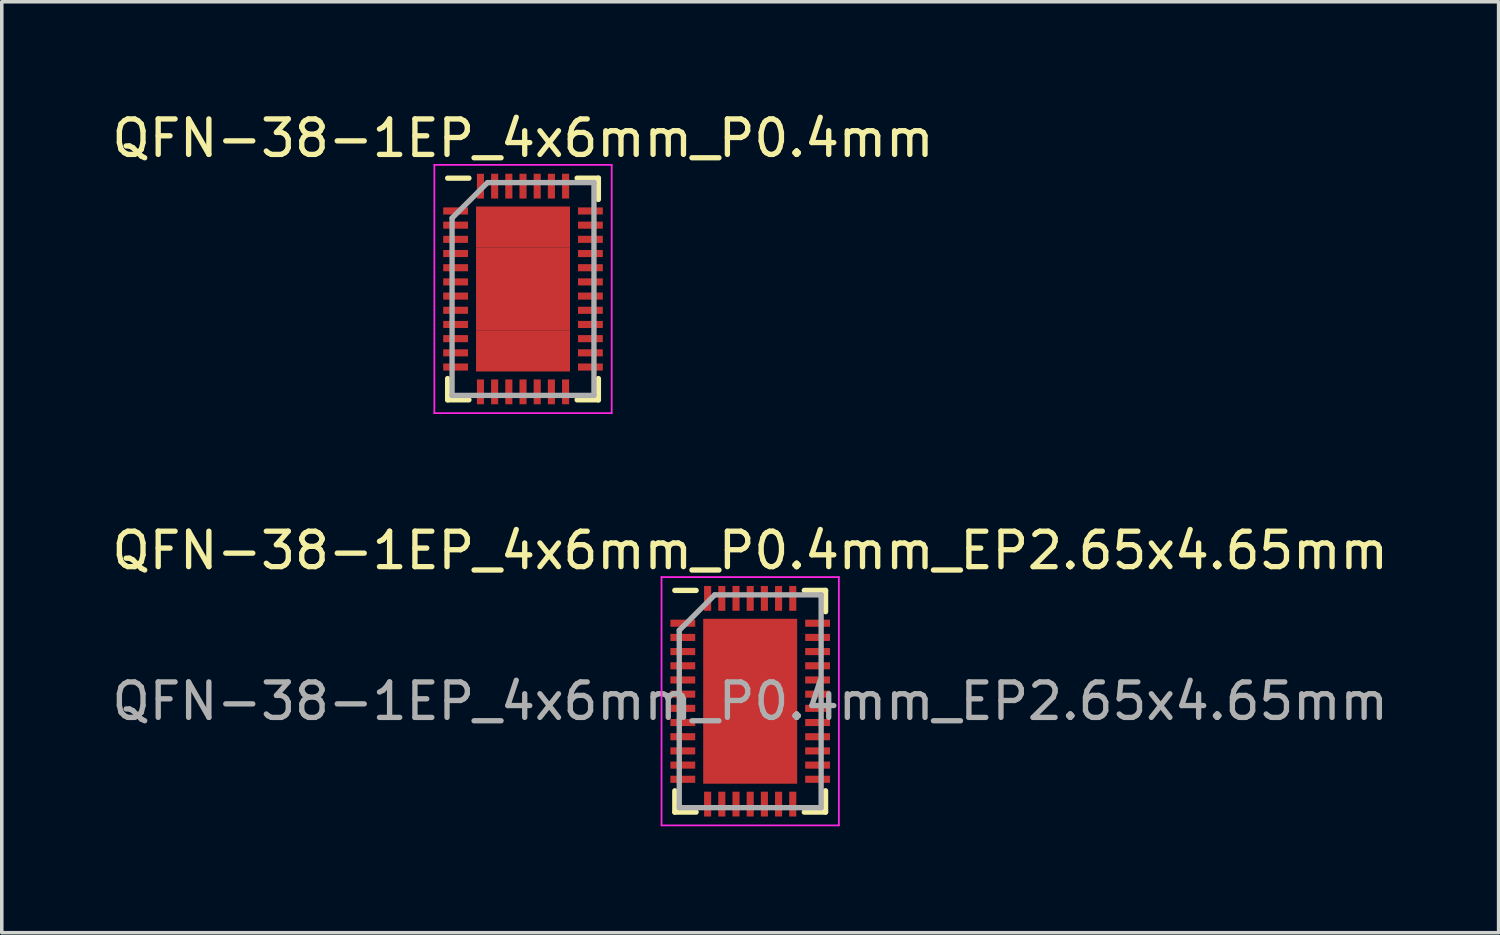
<source format=kicad_pcb>
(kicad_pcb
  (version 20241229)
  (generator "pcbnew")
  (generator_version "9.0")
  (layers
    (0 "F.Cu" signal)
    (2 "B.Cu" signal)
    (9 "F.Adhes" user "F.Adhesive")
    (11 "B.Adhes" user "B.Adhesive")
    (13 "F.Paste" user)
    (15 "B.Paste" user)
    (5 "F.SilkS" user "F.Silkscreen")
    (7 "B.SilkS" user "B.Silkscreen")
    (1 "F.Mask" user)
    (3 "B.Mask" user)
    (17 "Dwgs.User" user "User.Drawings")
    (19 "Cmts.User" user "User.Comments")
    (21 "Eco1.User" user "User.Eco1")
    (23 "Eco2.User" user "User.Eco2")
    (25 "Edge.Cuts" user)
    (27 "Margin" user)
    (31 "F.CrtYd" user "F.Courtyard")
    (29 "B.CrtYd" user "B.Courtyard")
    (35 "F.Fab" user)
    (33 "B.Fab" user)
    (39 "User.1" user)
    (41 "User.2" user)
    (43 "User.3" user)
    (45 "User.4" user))
  (footprint "QFN-38-1EP_4x6mm_P0.4mm"
    (layer "F.Cu")
    (at 11.696 5.098)
    (property "Reference" "QFN-38-1EP_4x6mm_P0.4mm" (at 0 -4.25 0) (layer "F.SilkS") (effects (font (size 1 1) (thickness 0.15))))
    (attr smd)
    (fp_line (start -2.125 -3.125) (end -1.525 -3.125) (stroke (width 0.15) (type solid)) (layer "F.SilkS"))
    (fp_line (start -2.125 3.125) (end -2.125 2.525) (stroke (width 0.15) (type solid)) (layer "F.SilkS"))
    (fp_line (start -2.125 3.125) (end -1.525 3.125) (stroke (width 0.15) (type solid)) (layer "F.SilkS"))
    (fp_line (start 2.125 -3.125) (end 1.525 -3.125) (stroke (width 0.15) (type solid)) (layer "F.SilkS"))
    (fp_line (start 2.125 -3.125) (end 2.125 -2.525) (stroke (width 0.15) (type solid)) (layer "F.SilkS"))
    (fp_line (start 2.125 3.125) (end 1.525 3.125) (stroke (width 0.15) (type solid)) (layer "F.SilkS"))
    (fp_line (start 2.125 3.125) (end 2.125 2.525) (stroke (width 0.15) (type solid)) (layer "F.SilkS"))
    (fp_line (start -2.5 -3.5) (end -2.5 3.5) (stroke (width 0.05) (type solid)) (layer "F.CrtYd"))
    (fp_line (start -2.5 -3.5) (end 2.5 -3.5) (stroke (width 0.05) (type solid)) (layer "F.CrtYd"))
    (fp_line (start -2.5 3.5) (end 2.5 3.5) (stroke (width 0.05) (type solid)) (layer "F.CrtYd"))
    (fp_line (start 2.5 -3.5) (end 2.5 3.5) (stroke (width 0.05) (type solid)) (layer "F.CrtYd"))
    (fp_line (start -2 -2) (end -1 -3) (stroke (width 0.15) (type solid)) (layer "F.Fab"))
    (fp_line (start -2 3) (end -2 -2) (stroke (width 0.15) (type solid)) (layer "F.Fab"))
    (fp_line (start -1 -3) (end 2 -3) (stroke (width 0.15) (type solid)) (layer "F.Fab"))
    (fp_line (start 2 -3) (end 2 3) (stroke (width 0.15) (type solid)) (layer "F.Fab"))
    (fp_line (start 2 3) (end -2 3) (stroke (width 0.15) (type solid)) (layer "F.Fab"))
    (pad "1" smd rect (at -1.9 -2.2) (size 0.7 0.2) (layers "F.Cu" "F.Mask" "F.Paste"))
    (pad "2" smd rect (at -1.9 -1.8) (size 0.7 0.2) (layers "F.Cu" "F.Mask" "F.Paste"))
    (pad "3" smd rect (at -1.9 -1.4) (size 0.7 0.2) (layers "F.Cu" "F.Mask" "F.Paste"))
    (pad "4" smd rect (at -1.9 -1) (size 0.7 0.2) (layers "F.Cu" "F.Mask" "F.Paste"))
    (pad "5" smd rect (at -1.9 -0.6) (size 0.7 0.2) (layers "F.Cu" "F.Mask" "F.Paste"))
    (pad "6" smd rect (at -1.9 -0.2) (size 0.7 0.2) (layers "F.Cu" "F.Mask" "F.Paste"))
    (pad "7" smd rect (at -1.9 0.2) (size 0.7 0.2) (layers "F.Cu" "F.Mask" "F.Paste"))
    (pad "8" smd rect (at -1.9 0.6) (size 0.7 0.2) (layers "F.Cu" "F.Mask" "F.Paste"))
    (pad "9" smd rect (at -1.9 1) (size 0.7 0.2) (layers "F.Cu" "F.Mask" "F.Paste"))
    (pad "10" smd rect (at -1.9 1.4) (size 0.7 0.2) (layers "F.Cu" "F.Mask" "F.Paste"))
    (pad "11" smd rect (at -1.9 1.8) (size 0.7 0.2) (layers "F.Cu" "F.Mask" "F.Paste"))
    (pad "12" smd rect (at -1.9 2.2) (size 0.7 0.2) (layers "F.Cu" "F.Mask" "F.Paste"))
    (pad "13" smd rect (at -1.2 2.9 90) (size 0.7 0.2) (layers "F.Cu" "F.Mask" "F.Paste"))
    (pad "14" smd rect (at -0.8 2.9 90) (size 0.7 0.2) (layers "F.Cu" "F.Mask" "F.Paste"))
    (pad "15" smd rect (at -0.4 2.9 90) (size 0.7 0.2) (layers "F.Cu" "F.Mask" "F.Paste"))
    (pad "16" smd rect (at 0 2.9 90) (size 0.7 0.2) (layers "F.Cu" "F.Mask" "F.Paste"))
    (pad "17" smd rect (at 0.4 2.9 90) (size 0.7 0.2) (layers "F.Cu" "F.Mask" "F.Paste"))
    (pad "18" smd rect (at 0.8 2.9 90) (size 0.7 0.2) (layers "F.Cu" "F.Mask" "F.Paste"))
    (pad "19" smd rect (at 1.2 2.9 90) (size 0.7 0.2) (layers "F.Cu" "F.Mask" "F.Paste"))
    (pad "20" smd rect (at 1.9 2.2) (size 0.7 0.2) (layers "F.Cu" "F.Mask" "F.Paste"))
    (pad "21" smd rect (at 1.9 1.8) (size 0.7 0.2) (layers "F.Cu" "F.Mask" "F.Paste"))
    (pad "22" smd rect (at 1.9 1.4) (size 0.7 0.2) (layers "F.Cu" "F.Mask" "F.Paste"))
    (pad "23" smd rect (at 1.9 1) (size 0.7 0.2) (layers "F.Cu" "F.Mask" "F.Paste"))
    (pad "24" smd rect (at 1.9 0.6) (size 0.7 0.2) (layers "F.Cu" "F.Mask" "F.Paste"))
    (pad "25" smd rect (at 1.9 0.2) (size 0.7 0.2) (layers "F.Cu" "F.Mask" "F.Paste"))
    (pad "26" smd rect (at 1.9 -0.2) (size 0.7 0.2) (layers "F.Cu" "F.Mask" "F.Paste"))
    (pad "27" smd rect (at 1.9 -0.6) (size 0.7 0.2) (layers "F.Cu" "F.Mask" "F.Paste"))
    (pad "28" smd rect (at 1.9 -1) (size 0.7 0.2) (layers "F.Cu" "F.Mask" "F.Paste"))
    (pad "29" smd rect (at 1.9 -1.4) (size 0.7 0.2) (layers "F.Cu" "F.Mask" "F.Paste"))
    (pad "30" smd rect (at 1.9 -1.8) (size 0.7 0.2) (layers "F.Cu" "F.Mask" "F.Paste"))
    (pad "31" smd rect (at 1.9 -2.2) (size 0.7 0.2) (layers "F.Cu" "F.Mask" "F.Paste"))
    (pad "32" smd rect (at 1.2 -2.9 90) (size 0.7 0.2) (layers "F.Cu" "F.Mask" "F.Paste"))
    (pad "33" smd rect (at 0.8 -2.9 90) (size 0.7 0.2) (layers "F.Cu" "F.Mask" "F.Paste"))
    (pad "34" smd rect (at 0.4 -2.9 90) (size 0.7 0.2) (layers "F.Cu" "F.Mask" "F.Paste"))
    (pad "35" smd rect (at 0 -2.9 90) (size 0.7 0.2) (layers "F.Cu" "F.Mask" "F.Paste"))
    (pad "36" smd rect (at -0.4 -2.9 90) (size 0.7 0.2) (layers "F.Cu" "F.Mask" "F.Paste"))
    (pad "37" smd rect (at -0.8 -2.9 90) (size 0.7 0.2) (layers "F.Cu" "F.Mask" "F.Paste"))
    (pad "38" smd rect (at -1.2 -2.9 90) (size 0.7 0.2) (layers "F.Cu" "F.Mask" "F.Paste"))
    (pad "39" smd rect (at -0.662 -1.744) (size 1.325 1.163) (layers "F.Cu" "F.Mask" "F.Paste"))
    (pad "39" smd rect (at -0.662 -0.581) (size 1.325 1.163) (layers "F.Cu" "F.Mask" "F.Paste"))
    (pad "39" smd rect (at -0.662 0.581) (size 1.325 1.163) (layers "F.Cu" "F.Mask" "F.Paste"))
    (pad "39" smd rect (at -0.662 1.744) (size 1.325 1.163) (layers "F.Cu" "F.Mask" "F.Paste"))
    (pad "39" smd rect (at 0.662 -1.744) (size 1.325 1.163) (layers "F.Cu" "F.Mask" "F.Paste"))
    (pad "39" smd rect (at 0.662 -0.581) (size 1.325 1.163) (layers "F.Cu" "F.Mask" "F.Paste"))
    (pad "39" smd rect (at 0.662 0.581) (size 1.325 1.163) (layers "F.Cu" "F.Mask" "F.Paste"))
    (pad "39" smd rect (at 0.662 1.744) (size 1.325 1.163) (layers "F.Cu" "F.Mask" "F.Paste")))
  (footprint "QFN-38-1EP_4x6mm_P0.4mm_EP2.65x4.65mm"
    (layer "F.Cu")
    (at 18.101 16.721)
    (property "Reference" "QFN-38-1EP_4x6mm_P0.4mm_EP2.65x4.65mm" (at 0 -4.25 0) (layer "F.SilkS") (effects (font (size 1 1) (thickness 0.15))))
    (attr smd)
    (fp_line (start -2.125 -3.125) (end -1.525 -3.125) (stroke (width 0.15) (type solid)) (layer "F.SilkS"))
    (fp_line (start -2.125 3.125) (end -2.125 2.525) (stroke (width 0.15) (type solid)) (layer "F.SilkS"))
    (fp_line (start -2.125 3.125) (end -1.525 3.125) (stroke (width 0.15) (type solid)) (layer "F.SilkS"))
    (fp_line (start 2.125 -3.125) (end 1.525 -3.125) (stroke (width 0.15) (type solid)) (layer "F.SilkS"))
    (fp_line (start 2.125 -3.125) (end 2.125 -2.525) (stroke (width 0.15) (type solid)) (layer "F.SilkS"))
    (fp_line (start 2.125 3.125) (end 1.525 3.125) (stroke (width 0.15) (type solid)) (layer "F.SilkS"))
    (fp_line (start 2.125 3.125) (end 2.125 2.525) (stroke (width 0.15) (type solid)) (layer "F.SilkS"))
    (fp_line (start -2.5 -3.5) (end -2.5 3.5) (stroke (width 0.05) (type solid)) (layer "F.CrtYd"))
    (fp_line (start -2.5 -3.5) (end 2.5 -3.5) (stroke (width 0.05) (type solid)) (layer "F.CrtYd"))
    (fp_line (start -2.5 3.5) (end 2.5 3.5) (stroke (width 0.05) (type solid)) (layer "F.CrtYd"))
    (fp_line (start 2.5 -3.5) (end 2.5 3.5) (stroke (width 0.05) (type solid)) (layer "F.CrtYd"))
    (fp_line (start -2 -2) (end -1 -3) (stroke (width 0.15) (type solid)) (layer "F.Fab"))
    (fp_line (start -2 3) (end -2 -2) (stroke (width 0.15) (type solid)) (layer "F.Fab"))
    (fp_line (start -1 -3) (end 2 -3) (stroke (width 0.15) (type solid)) (layer "F.Fab"))
    (fp_line (start 2 -3) (end 2 3) (stroke (width 0.15) (type solid)) (layer "F.Fab"))
    (fp_line (start 2 3) (end -2 3) (stroke (width 0.15) (type solid)) (layer "F.Fab"))
    (fp_text user "${REFERENCE}" (at 0 0 0) (layer "F.Fab") (effects (font (size 1 1) (thickness 0.15))))
    (pad "" smd rect (at -0.662 -1.744) (size 1.11 0.9) (layers "F.Paste"))
    (pad "" smd rect (at -0.662 -0.581) (size 1.11 0.9) (layers "F.Paste"))
    (pad "" smd rect (at -0.662 0.581) (size 1.11 0.9) (layers "F.Paste"))
    (pad "" smd rect (at -0.662 1.744) (size 1.11 0.9) (layers "F.Paste"))
    (pad "" smd rect (at 0.662 -1.744) (size 1.11 0.9) (layers "F.Paste"))
    (pad "" smd rect (at 0.662 -0.581) (size 1.11 0.9) (layers "F.Paste"))
    (pad "" smd rect (at 0.662 0.581) (size 1.11 0.9) (layers "F.Paste"))
    (pad "" smd rect (at 0.662 1.744) (size 1.11 0.9) (layers "F.Paste"))
    (pad "1" smd rect (at -1.9 -2.2) (size 0.7 0.2) (layers "F.Cu" "F.Mask" "F.Paste"))
    (pad "2" smd rect (at -1.9 -1.8) (size 0.7 0.2) (layers "F.Cu" "F.Mask" "F.Paste"))
    (pad "3" smd rect (at -1.9 -1.4) (size 0.7 0.2) (layers "F.Cu" "F.Mask" "F.Paste"))
    (pad "4" smd rect (at -1.9 -1) (size 0.7 0.2) (layers "F.Cu" "F.Mask" "F.Paste"))
    (pad "5" smd rect (at -1.9 -0.6) (size 0.7 0.2) (layers "F.Cu" "F.Mask" "F.Paste"))
    (pad "6" smd rect (at -1.9 -0.2) (size 0.7 0.2) (layers "F.Cu" "F.Mask" "F.Paste"))
    (pad "7" smd rect (at -1.9 0.2) (size 0.7 0.2) (layers "F.Cu" "F.Mask" "F.Paste"))
    (pad "8" smd rect (at -1.9 0.6) (size 0.7 0.2) (layers "F.Cu" "F.Mask" "F.Paste"))
    (pad "9" smd rect (at -1.9 1) (size 0.7 0.2) (layers "F.Cu" "F.Mask" "F.Paste"))
    (pad "10" smd rect (at -1.9 1.4) (size 0.7 0.2) (layers "F.Cu" "F.Mask" "F.Paste"))
    (pad "11" smd rect (at -1.9 1.8) (size 0.7 0.2) (layers "F.Cu" "F.Mask" "F.Paste"))
    (pad "12" smd rect (at -1.9 2.2) (size 0.7 0.2) (layers "F.Cu" "F.Mask" "F.Paste"))
    (pad "13" smd rect (at -1.2 2.9 90) (size 0.7 0.2) (layers "F.Cu" "F.Mask" "F.Paste"))
    (pad "14" smd rect (at -0.8 2.9 90) (size 0.7 0.2) (layers "F.Cu" "F.Mask" "F.Paste"))
    (pad "15" smd rect (at -0.4 2.9 90) (size 0.7 0.2) (layers "F.Cu" "F.Mask" "F.Paste"))
    (pad "16" smd rect (at 0 2.9 90) (size 0.7 0.2) (layers "F.Cu" "F.Mask" "F.Paste"))
    (pad "17" smd rect (at 0.4 2.9 90) (size 0.7 0.2) (layers "F.Cu" "F.Mask" "F.Paste"))
    (pad "18" smd rect (at 0.8 2.9 90) (size 0.7 0.2) (layers "F.Cu" "F.Mask" "F.Paste"))
    (pad "19" smd rect (at 1.2 2.9 90) (size 0.7 0.2) (layers "F.Cu" "F.Mask" "F.Paste"))
    (pad "20" smd rect (at 1.9 2.2) (size 0.7 0.2) (layers "F.Cu" "F.Mask" "F.Paste"))
    (pad "21" smd rect (at 1.9 1.8) (size 0.7 0.2) (layers "F.Cu" "F.Mask" "F.Paste"))
    (pad "22" smd rect (at 1.9 1.4) (size 0.7 0.2) (layers "F.Cu" "F.Mask" "F.Paste"))
    (pad "23" smd rect (at 1.9 1) (size 0.7 0.2) (layers "F.Cu" "F.Mask" "F.Paste"))
    (pad "24" smd rect (at 1.9 0.6) (size 0.7 0.2) (layers "F.Cu" "F.Mask" "F.Paste"))
    (pad "25" smd rect (at 1.9 0.2) (size 0.7 0.2) (layers "F.Cu" "F.Mask" "F.Paste"))
    (pad "26" smd rect (at 1.9 -0.2) (size 0.7 0.2) (layers "F.Cu" "F.Mask" "F.Paste"))
    (pad "27" smd rect (at 1.9 -0.6) (size 0.7 0.2) (layers "F.Cu" "F.Mask" "F.Paste"))
    (pad "28" smd rect (at 1.9 -1) (size 0.7 0.2) (layers "F.Cu" "F.Mask" "F.Paste"))
    (pad "29" smd rect (at 1.9 -1.4) (size 0.7 0.2) (layers "F.Cu" "F.Mask" "F.Paste"))
    (pad "30" smd rect (at 1.9 -1.8) (size 0.7 0.2) (layers "F.Cu" "F.Mask" "F.Paste"))
    (pad "31" smd rect (at 1.9 -2.2) (size 0.7 0.2) (layers "F.Cu" "F.Mask" "F.Paste"))
    (pad "32" smd rect (at 1.2 -2.9 90) (size 0.7 0.2) (layers "F.Cu" "F.Mask" "F.Paste"))
    (pad "33" smd rect (at 0.8 -2.9 90) (size 0.7 0.2) (layers "F.Cu" "F.Mask" "F.Paste"))
    (pad "34" smd rect (at 0.4 -2.9 90) (size 0.7 0.2) (layers "F.Cu" "F.Mask" "F.Paste"))
    (pad "35" smd rect (at 0 -2.9 90) (size 0.7 0.2) (layers "F.Cu" "F.Mask" "F.Paste"))
    (pad "36" smd rect (at -0.4 -2.9 90) (size 0.7 0.2) (layers "F.Cu" "F.Mask" "F.Paste"))
    (pad "37" smd rect (at -0.8 -2.9 90) (size 0.7 0.2) (layers "F.Cu" "F.Mask" "F.Paste"))
    (pad "38" smd rect (at -1.2 -2.9 90) (size 0.7 0.2) (layers "F.Cu" "F.Mask" "F.Paste"))
    (pad "39" smd rect (at 0 0) (size 2.65 4.65) (layers "F.Cu" "F.Mask")))
  (gr_rect
    (start -3 -3)
    (end 39.202 23.247)
    (stroke (width 0.1) (type default))
    (fill no)
    (layer "Edge.Cuts")))
</source>
